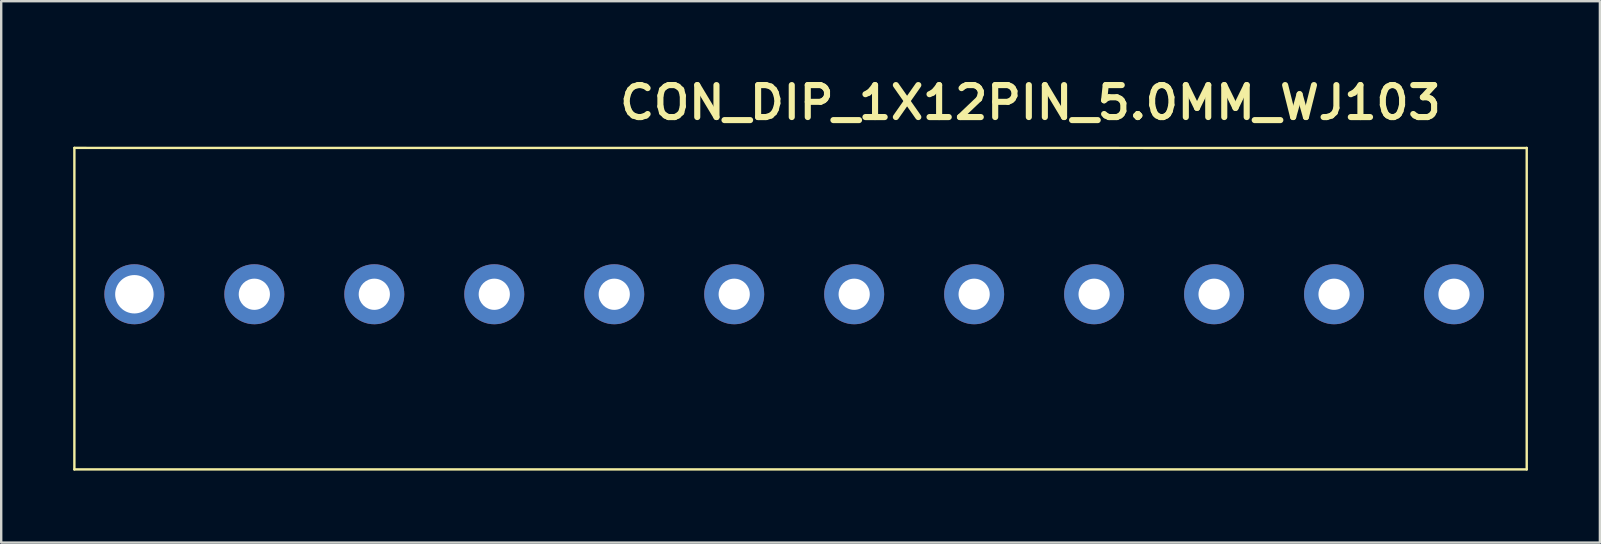
<source format=kicad_pcb>
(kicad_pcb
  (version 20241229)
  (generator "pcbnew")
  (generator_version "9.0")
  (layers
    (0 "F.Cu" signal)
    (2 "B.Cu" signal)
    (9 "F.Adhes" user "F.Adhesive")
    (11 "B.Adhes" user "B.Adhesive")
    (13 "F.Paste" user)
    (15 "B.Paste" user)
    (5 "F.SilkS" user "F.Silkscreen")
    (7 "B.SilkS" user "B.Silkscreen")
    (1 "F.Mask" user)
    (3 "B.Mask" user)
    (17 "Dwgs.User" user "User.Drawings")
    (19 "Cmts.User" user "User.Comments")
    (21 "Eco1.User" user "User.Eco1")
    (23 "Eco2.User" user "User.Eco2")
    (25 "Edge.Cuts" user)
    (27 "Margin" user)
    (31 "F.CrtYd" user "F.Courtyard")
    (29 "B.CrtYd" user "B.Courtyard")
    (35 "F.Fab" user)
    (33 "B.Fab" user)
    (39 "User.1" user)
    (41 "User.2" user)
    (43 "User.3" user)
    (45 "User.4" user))
  (footprint "CON_DIP_1X12PIN_5.0MM_WJ103"
    (layer "F.Cu")
    (at 27.513 9.29)
    (property "Reference" "CON_DIP_1X12PIN_5.0MM_WJ103" (at 12.383 -8.065 0) (unlocked yes) (layer "F.SilkS") (effects (font (size 1.333 1.402) (thickness 0.254))))
    (attr smd)
    (fp_line (start -27.463 -6.176) (end 33.067 -6.172) (stroke (width 0.1) (type solid)) (layer "F.SilkS"))
    (fp_line (start -27.463 7.224) (end -27.463 -6.176) (stroke (width 0.1) (type solid)) (layer "F.SilkS"))
    (fp_line (start -27.463 7.224) (end 33.067 7.224) (stroke (width 0.1) (type solid)) (layer "F.SilkS"))
    (fp_line (start 33.067 7.224) (end 33.067 -6.176) (stroke (width 0.1) (type solid)) (layer "F.SilkS"))
    (pad "1" thru_hole circle (at -24.963 -0.076) (size 2.5 2.5) (drill 1.6) (layers "*.Cu" "*.Mask"))
    (pad "2" thru_hole circle (at -19.963 -0.076) (size 2.5 2.5) (drill 1.3) (layers "*.Cu" "*.Mask"))
    (pad "3" thru_hole circle (at -14.963 -0.076) (size 2.5 2.5) (drill 1.3) (layers "*.Cu" "*.Mask"))
    (pad "4" thru_hole circle (at -9.963 -0.076) (size 2.5 2.5) (drill 1.3) (layers "*.Cu" "*.Mask"))
    (pad "5" thru_hole circle (at -4.963 -0.076) (size 2.5 2.5) (drill 1.3) (layers "*.Cu" "*.Mask"))
    (pad "6" thru_hole circle (at 0.037 -0.076) (size 2.5 2.5) (drill 1.3) (layers "*.Cu" "*.Mask"))
    (pad "7" thru_hole circle (at 5.037 -0.076) (size 2.5 2.5) (drill 1.3) (layers "*.Cu" "*.Mask"))
    (pad "8" thru_hole circle (at 10.037 -0.076) (size 2.5 2.5) (drill 1.3) (layers "*.Cu" "*.Mask"))
    (pad "9" thru_hole circle (at 15.037 -0.076) (size 2.5 2.5) (drill 1.3) (layers "*.Cu" "*.Mask"))
    (pad "10" thru_hole circle (at 20.037 -0.076) (size 2.5 2.5) (drill 1.3) (layers "*.Cu" "*.Mask"))
    (pad "11" thru_hole circle (at 25.037 -0.076) (size 2.5 2.5) (drill 1.3) (layers "*.Cu" "*.Mask"))
    (pad "12" thru_hole circle (at 30.037 -0.076) (size 2.5 2.5) (drill 1.3) (layers "*.Cu" "*.Mask")))
  (gr_rect
    (start -3 -3)
    (end 63.63 19.564)
    (stroke (width 0.1) (type default))
    (fill no)
    (layer "Edge.Cuts")))
</source>
